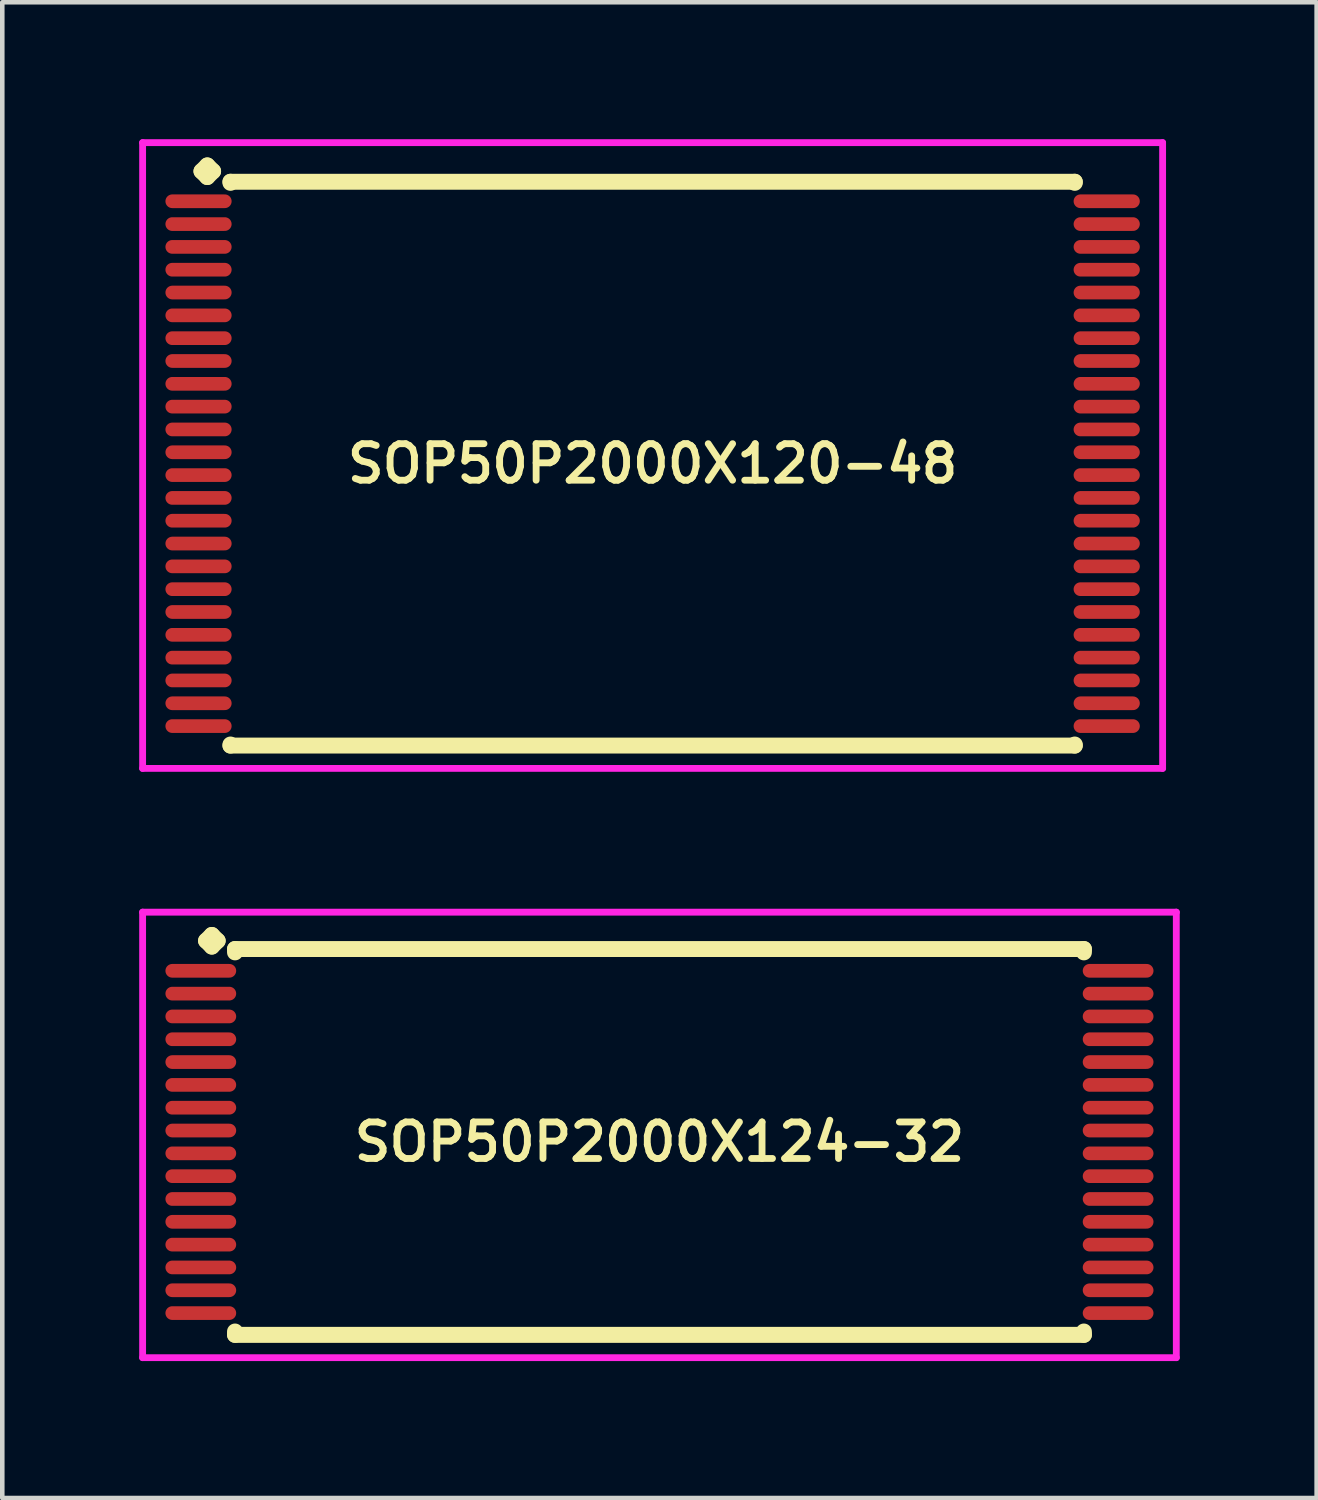
<source format=kicad_pcb>
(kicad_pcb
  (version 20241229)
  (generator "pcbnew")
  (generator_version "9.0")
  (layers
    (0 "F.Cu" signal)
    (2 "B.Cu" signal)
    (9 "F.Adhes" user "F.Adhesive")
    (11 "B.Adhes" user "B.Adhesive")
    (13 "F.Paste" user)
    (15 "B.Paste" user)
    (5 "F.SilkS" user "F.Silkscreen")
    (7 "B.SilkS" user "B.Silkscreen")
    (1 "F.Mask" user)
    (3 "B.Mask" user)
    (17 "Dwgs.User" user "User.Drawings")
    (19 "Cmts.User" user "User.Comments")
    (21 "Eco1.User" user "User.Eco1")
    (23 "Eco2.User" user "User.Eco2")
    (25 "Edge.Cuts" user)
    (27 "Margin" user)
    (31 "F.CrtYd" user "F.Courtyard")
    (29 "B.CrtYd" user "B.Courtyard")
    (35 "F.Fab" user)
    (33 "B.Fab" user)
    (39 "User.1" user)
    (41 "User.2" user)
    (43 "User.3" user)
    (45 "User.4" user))
  (footprint "SOP50P2000X120-48"
    (layer "F.Cu")
    (at 11.25 7.11)
    (property "Reference" "SOP50P2000X120-48" (at 0 0 0) (layer "F.SilkS") (effects (font (size 0.8 0.8) (thickness 0.15))))
    (attr through_hole)
    (fp_line (start -9.885 -6.408) (end -9.758 -6.535) (stroke (width 0.35) (type solid)) (layer "F.SilkS"))
    (fp_line (start -9.758 -6.535) (end -9.631 -6.408) (stroke (width 0.35) (type solid)) (layer "F.SilkS"))
    (fp_line (start -9.758 -6.281) (end -9.885 -6.408) (stroke (width 0.35) (type solid)) (layer "F.SilkS"))
    (fp_line (start -9.631 -6.408) (end -9.758 -6.281) (stroke (width 0.35) (type solid)) (layer "F.SilkS"))
    (fp_line (start -9.25 -6.177) (end 9.25 -6.177) (stroke (width 0.35) (type solid)) (layer "F.SilkS"))
    (fp_line (start -9.25 -6.154) (end -9.25 -6.177) (stroke (width 0.35) (type solid)) (layer "F.SilkS"))
    (fp_line (start -9.25 6.154) (end -9.25 6.177) (stroke (width 0.35) (type solid)) (layer "F.SilkS"))
    (fp_line (start -9.25 6.177) (end 9.25 6.177) (stroke (width 0.35) (type solid)) (layer "F.SilkS"))
    (fp_line (start 9.25 -6.177) (end 9.25 -6.154) (stroke (width 0.35) (type solid)) (layer "F.SilkS"))
    (fp_line (start 9.25 6.177) (end 9.25 6.154) (stroke (width 0.35) (type solid)) (layer "F.SilkS"))
    (fp_line (start -11.175 -7.035) (end 11.175 -7.035) (stroke (width 0.15) (type solid)) (layer "F.CrtYd"))
    (fp_line (start -11.175 6.677) (end -11.175 -7.035) (stroke (width 0.15) (type solid)) (layer "F.CrtYd"))
    (fp_line (start 11.175 -7.035) (end 11.175 6.677) (stroke (width 0.15) (type solid)) (layer "F.CrtYd"))
    (fp_line (start 11.175 6.677) (end -11.175 6.677) (stroke (width 0.15) (type solid)) (layer "F.CrtYd"))
    (pad "1" smd oval (at -9.95 -5.75) (size 1.45 0.3) (layers "F.Cu" "F.Mask" "F.Paste"))
    (pad "2" smd oval (at -9.95 -5.25) (size 1.45 0.3) (layers "F.Cu" "F.Mask" "F.Paste"))
    (pad "3" smd oval (at -9.95 -4.75) (size 1.45 0.3) (layers "F.Cu" "F.Mask" "F.Paste"))
    (pad "4" smd oval (at -9.95 -4.25) (size 1.45 0.3) (layers "F.Cu" "F.Mask" "F.Paste"))
    (pad "5" smd oval (at -9.95 -3.75) (size 1.45 0.3) (layers "F.Cu" "F.Mask" "F.Paste"))
    (pad "6" smd oval (at -9.95 -3.25) (size 1.45 0.3) (layers "F.Cu" "F.Mask" "F.Paste"))
    (pad "7" smd oval (at -9.95 -2.75) (size 1.45 0.3) (layers "F.Cu" "F.Mask" "F.Paste"))
    (pad "8" smd oval (at -9.95 -2.25) (size 1.45 0.3) (layers "F.Cu" "F.Mask" "F.Paste"))
    (pad "9" smd oval (at -9.95 -1.75) (size 1.45 0.3) (layers "F.Cu" "F.Mask" "F.Paste"))
    (pad "10" smd oval (at -9.95 -1.25) (size 1.45 0.3) (layers "F.Cu" "F.Mask" "F.Paste"))
    (pad "11" smd oval (at -9.95 -0.75) (size 1.45 0.3) (layers "F.Cu" "F.Mask" "F.Paste"))
    (pad "12" smd oval (at -9.95 -0.25) (size 1.45 0.3) (layers "F.Cu" "F.Mask" "F.Paste"))
    (pad "13" smd oval (at -9.95 0.25) (size 1.45 0.3) (layers "F.Cu" "F.Mask" "F.Paste"))
    (pad "14" smd oval (at -9.95 0.75) (size 1.45 0.3) (layers "F.Cu" "F.Mask" "F.Paste"))
    (pad "15" smd oval (at -9.95 1.25) (size 1.45 0.3) (layers "F.Cu" "F.Mask" "F.Paste"))
    (pad "16" smd oval (at -9.95 1.75) (size 1.45 0.3) (layers "F.Cu" "F.Mask" "F.Paste"))
    (pad "17" smd oval (at -9.95 2.25) (size 1.45 0.3) (layers "F.Cu" "F.Mask" "F.Paste"))
    (pad "18" smd oval (at -9.95 2.75) (size 1.45 0.3) (layers "F.Cu" "F.Mask" "F.Paste"))
    (pad "19" smd oval (at -9.95 3.25) (size 1.45 0.3) (layers "F.Cu" "F.Mask" "F.Paste"))
    (pad "20" smd oval (at -9.95 3.75) (size 1.45 0.3) (layers "F.Cu" "F.Mask" "F.Paste"))
    (pad "21" smd oval (at -9.95 4.25) (size 1.45 0.3) (layers "F.Cu" "F.Mask" "F.Paste"))
    (pad "22" smd oval (at -9.95 4.75) (size 1.45 0.3) (layers "F.Cu" "F.Mask" "F.Paste"))
    (pad "23" smd oval (at -9.95 5.25) (size 1.45 0.3) (layers "F.Cu" "F.Mask" "F.Paste"))
    (pad "24" smd oval (at -9.95 5.75) (size 1.45 0.3) (layers "F.Cu" "F.Mask" "F.Paste"))
    (pad "25" smd oval (at 9.95 5.75) (size 1.45 0.3) (layers "F.Cu" "F.Mask" "F.Paste"))
    (pad "26" smd oval (at 9.95 5.25) (size 1.45 0.3) (layers "F.Cu" "F.Mask" "F.Paste"))
    (pad "27" smd oval (at 9.95 4.75) (size 1.45 0.3) (layers "F.Cu" "F.Mask" "F.Paste"))
    (pad "28" smd oval (at 9.95 4.25) (size 1.45 0.3) (layers "F.Cu" "F.Mask" "F.Paste"))
    (pad "29" smd oval (at 9.95 3.75) (size 1.45 0.3) (layers "F.Cu" "F.Mask" "F.Paste"))
    (pad "30" smd oval (at 9.95 3.25) (size 1.45 0.3) (layers "F.Cu" "F.Mask" "F.Paste"))
    (pad "31" smd oval (at 9.95 2.75) (size 1.45 0.3) (layers "F.Cu" "F.Mask" "F.Paste"))
    (pad "32" smd oval (at 9.95 2.25) (size 1.45 0.3) (layers "F.Cu" "F.Mask" "F.Paste"))
    (pad "33" smd oval (at 9.95 1.75) (size 1.45 0.3) (layers "F.Cu" "F.Mask" "F.Paste"))
    (pad "34" smd oval (at 9.95 1.25) (size 1.45 0.3) (layers "F.Cu" "F.Mask" "F.Paste"))
    (pad "35" smd oval (at 9.95 0.75) (size 1.45 0.3) (layers "F.Cu" "F.Mask" "F.Paste"))
    (pad "36" smd oval (at 9.95 0.25) (size 1.45 0.3) (layers "F.Cu" "F.Mask" "F.Paste"))
    (pad "37" smd oval (at 9.95 -0.25) (size 1.45 0.3) (layers "F.Cu" "F.Mask" "F.Paste"))
    (pad "38" smd oval (at 9.95 -0.75) (size 1.45 0.3) (layers "F.Cu" "F.Mask" "F.Paste"))
    (pad "39" smd oval (at 9.95 -1.25) (size 1.45 0.3) (layers "F.Cu" "F.Mask" "F.Paste"))
    (pad "40" smd oval (at 9.95 -1.75) (size 1.45 0.3) (layers "F.Cu" "F.Mask" "F.Paste"))
    (pad "41" smd oval (at 9.95 -2.25) (size 1.45 0.3) (layers "F.Cu" "F.Mask" "F.Paste"))
    (pad "42" smd oval (at 9.95 -2.75) (size 1.45 0.3) (layers "F.Cu" "F.Mask" "F.Paste"))
    (pad "43" smd oval (at 9.95 -3.25) (size 1.45 0.3) (layers "F.Cu" "F.Mask" "F.Paste"))
    (pad "44" smd oval (at 9.95 -3.75) (size 1.45 0.3) (layers "F.Cu" "F.Mask" "F.Paste"))
    (pad "45" smd oval (at 9.95 -4.25) (size 1.45 0.3) (layers "F.Cu" "F.Mask" "F.Paste"))
    (pad "46" smd oval (at 9.95 -4.75) (size 1.45 0.3) (layers "F.Cu" "F.Mask" "F.Paste"))
    (pad "47" smd oval (at 9.95 -5.25) (size 1.45 0.3) (layers "F.Cu" "F.Mask" "F.Paste"))
    (pad "48" smd oval (at 9.95 -5.75) (size 1.45 0.3) (layers "F.Cu" "F.Mask" "F.Paste")))
  (footprint "SOP50P2000X124-32"
    (layer "F.Cu")
    (at 11.4 21.972)
    (property "Reference" "SOP50P2000X124-32" (at 0 0 0) (layer "F.SilkS") (effects (font (size 0.8 0.8) (thickness 0.15))))
    (attr smd)
    (fp_line (start -9.935 -4.408) (end -9.808 -4.535) (stroke (width 0.35) (type solid)) (layer "F.SilkS"))
    (fp_line (start -9.808 -4.535) (end -9.681 -4.408) (stroke (width 0.35) (type solid)) (layer "F.SilkS"))
    (fp_line (start -9.808 -4.281) (end -9.935 -4.408) (stroke (width 0.35) (type solid)) (layer "F.SilkS"))
    (fp_line (start -9.681 -4.408) (end -9.808 -4.281) (stroke (width 0.35) (type solid)) (layer "F.SilkS"))
    (fp_line (start -9.3 -4.227) (end 9.3 -4.227) (stroke (width 0.35) (type solid)) (layer "F.SilkS"))
    (fp_line (start -9.3 -4.154) (end -9.3 -4.227) (stroke (width 0.35) (type solid)) (layer "F.SilkS"))
    (fp_line (start -9.3 4.154) (end -9.3 4.227) (stroke (width 0.35) (type solid)) (layer "F.SilkS"))
    (fp_line (start -9.3 4.227) (end 9.3 4.227) (stroke (width 0.35) (type solid)) (layer "F.SilkS"))
    (fp_line (start 9.3 -4.227) (end 9.3 -4.154) (stroke (width 0.35) (type solid)) (layer "F.SilkS"))
    (fp_line (start 9.3 4.227) (end 9.3 4.154) (stroke (width 0.35) (type solid)) (layer "F.SilkS"))
    (fp_line (start -11.325 -5.035) (end 11.325 -5.035) (stroke (width 0.15) (type solid)) (layer "F.CrtYd"))
    (fp_line (start -11.325 4.727) (end -11.325 -5.035) (stroke (width 0.15) (type solid)) (layer "F.CrtYd"))
    (fp_line (start 11.325 -5.035) (end 11.325 4.727) (stroke (width 0.15) (type solid)) (layer "F.CrtYd"))
    (fp_line (start 11.325 4.727) (end -11.325 4.727) (stroke (width 0.15) (type solid)) (layer "F.CrtYd"))
    (pad "1" smd oval (at -10.05 -3.75) (size 1.55 0.3) (layers "F.Cu" "F.Mask" "F.Paste"))
    (pad "2" smd oval (at -10.05 -3.25) (size 1.55 0.3) (layers "F.Cu" "F.Mask" "F.Paste"))
    (pad "3" smd oval (at -10.05 -2.75) (size 1.55 0.3) (layers "F.Cu" "F.Mask" "F.Paste"))
    (pad "4" smd oval (at -10.05 -2.25) (size 1.55 0.3) (layers "F.Cu" "F.Mask" "F.Paste"))
    (pad "5" smd oval (at -10.05 -1.75) (size 1.55 0.3) (layers "F.Cu" "F.Mask" "F.Paste"))
    (pad "6" smd oval (at -10.05 -1.25) (size 1.55 0.3) (layers "F.Cu" "F.Mask" "F.Paste"))
    (pad "7" smd oval (at -10.05 -0.75) (size 1.55 0.3) (layers "F.Cu" "F.Mask" "F.Paste"))
    (pad "8" smd oval (at -10.05 -0.25) (size 1.55 0.3) (layers "F.Cu" "F.Mask" "F.Paste"))
    (pad "9" smd oval (at -10.05 0.25) (size 1.55 0.3) (layers "F.Cu" "F.Mask" "F.Paste"))
    (pad "10" smd oval (at -10.05 0.75) (size 1.55 0.3) (layers "F.Cu" "F.Mask" "F.Paste"))
    (pad "11" smd oval (at -10.05 1.25) (size 1.55 0.3) (layers "F.Cu" "F.Mask" "F.Paste"))
    (pad "12" smd oval (at -10.05 1.75) (size 1.55 0.3) (layers "F.Cu" "F.Mask" "F.Paste"))
    (pad "13" smd oval (at -10.05 2.25) (size 1.55 0.3) (layers "F.Cu" "F.Mask" "F.Paste"))
    (pad "14" smd oval (at -10.05 2.75) (size 1.55 0.3) (layers "F.Cu" "F.Mask" "F.Paste"))
    (pad "15" smd oval (at -10.05 3.25) (size 1.55 0.3) (layers "F.Cu" "F.Mask" "F.Paste"))
    (pad "16" smd oval (at -10.05 3.75) (size 1.55 0.3) (layers "F.Cu" "F.Mask" "F.Paste"))
    (pad "17" smd oval (at 10.05 3.75) (size 1.55 0.3) (layers "F.Cu" "F.Mask" "F.Paste"))
    (pad "18" smd oval (at 10.05 3.25) (size 1.55 0.3) (layers "F.Cu" "F.Mask" "F.Paste"))
    (pad "19" smd oval (at 10.05 2.75) (size 1.55 0.3) (layers "F.Cu" "F.Mask" "F.Paste"))
    (pad "20" smd oval (at 10.05 2.25) (size 1.55 0.3) (layers "F.Cu" "F.Mask" "F.Paste"))
    (pad "21" smd oval (at 10.05 1.75) (size 1.55 0.3) (layers "F.Cu" "F.Mask" "F.Paste"))
    (pad "22" smd oval (at 10.05 1.25) (size 1.55 0.3) (layers "F.Cu" "F.Mask" "F.Paste"))
    (pad "23" smd oval (at 10.05 0.75) (size 1.55 0.3) (layers "F.Cu" "F.Mask" "F.Paste"))
    (pad "24" smd oval (at 10.05 0.25) (size 1.55 0.3) (layers "F.Cu" "F.Mask" "F.Paste"))
    (pad "25" smd oval (at 10.05 -0.25) (size 1.55 0.3) (layers "F.Cu" "F.Mask" "F.Paste"))
    (pad "26" smd oval (at 10.05 -0.75) (size 1.55 0.3) (layers "F.Cu" "F.Mask" "F.Paste"))
    (pad "27" smd oval (at 10.05 -1.25) (size 1.55 0.3) (layers "F.Cu" "F.Mask" "F.Paste"))
    (pad "28" smd oval (at 10.05 -1.75) (size 1.55 0.3) (layers "F.Cu" "F.Mask" "F.Paste"))
    (pad "29" smd oval (at 10.05 -2.25) (size 1.55 0.3) (layers "F.Cu" "F.Mask" "F.Paste"))
    (pad "30" smd oval (at 10.05 -2.75) (size 1.55 0.3) (layers "F.Cu" "F.Mask" "F.Paste"))
    (pad "31" smd oval (at 10.05 -3.25) (size 1.55 0.3) (layers "F.Cu" "F.Mask" "F.Paste"))
    (pad "32" smd oval (at 10.05 -3.75) (size 1.55 0.3) (layers "F.Cu" "F.Mask" "F.Paste")))
  (gr_rect
    (start -3 -3)
    (end 25.8 29.774)
    (stroke (width 0.1) (type default))
    (fill no)
    (layer "Edge.Cuts")))
</source>
